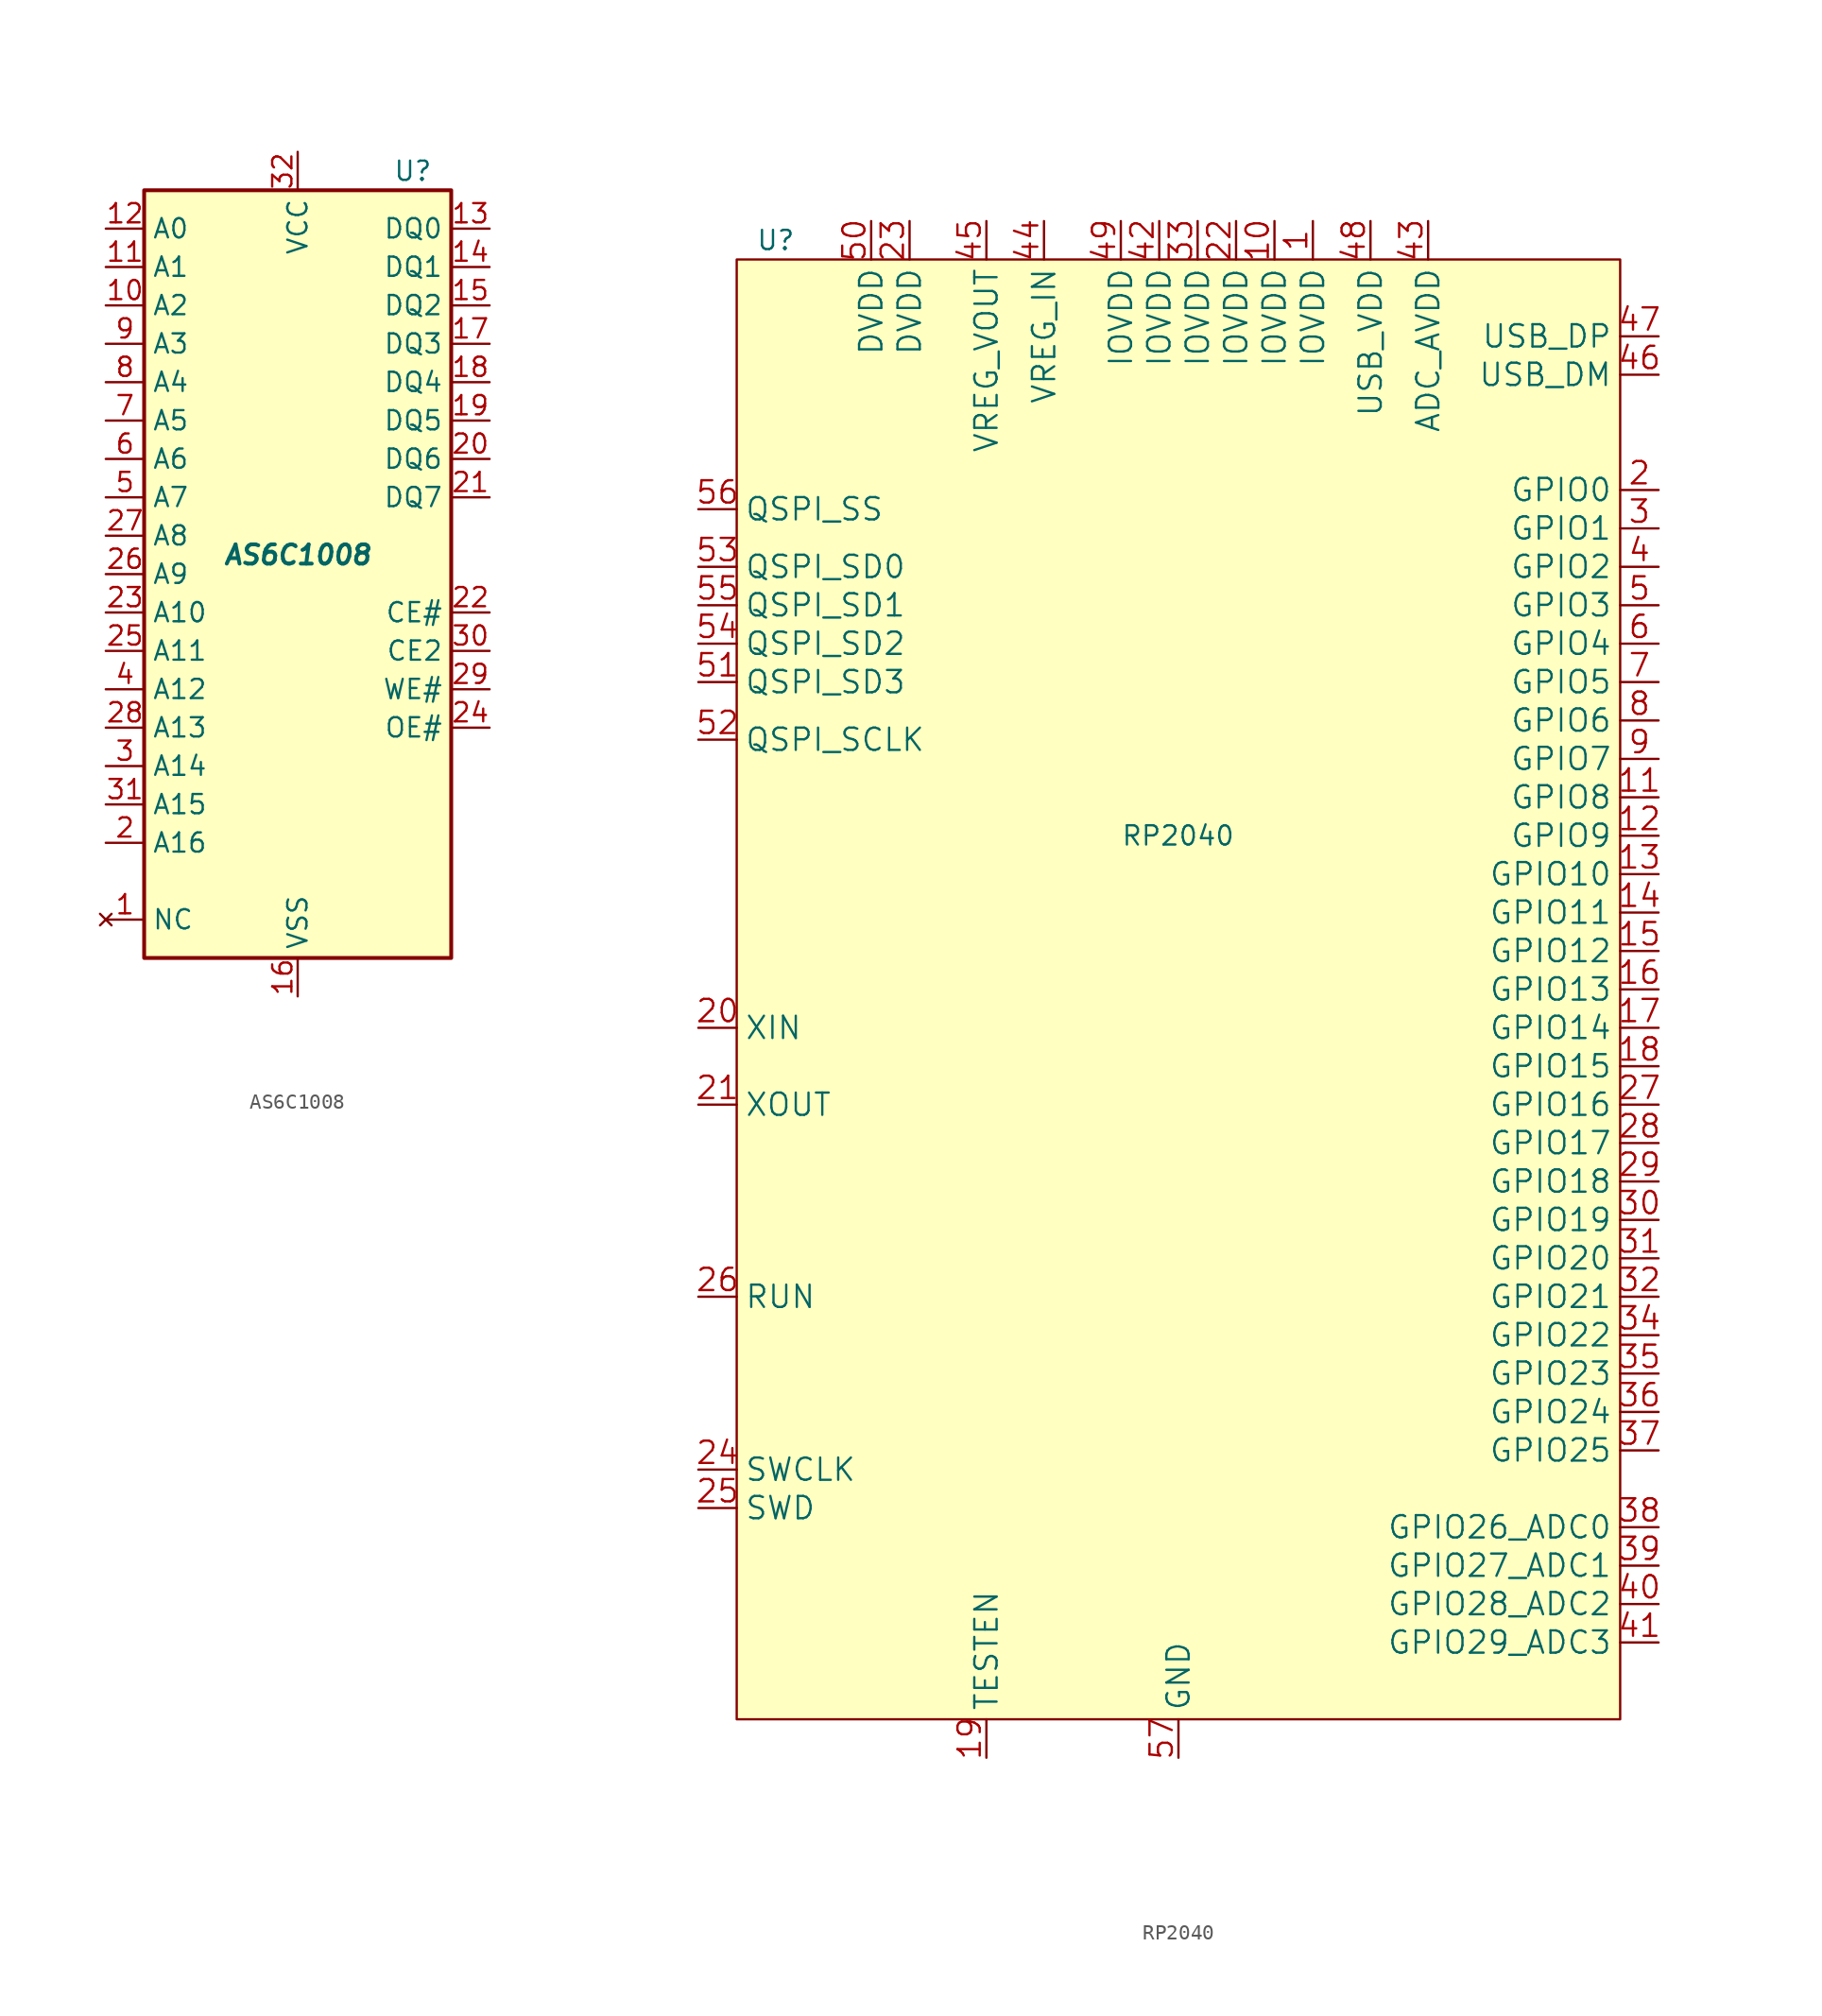
<source format=kicad_sym>
(kicad_symbol_lib
  (version 20231120)
  (generator "kicad_symbol_editor")
  (generator_version "8.0")
  (symbol "AS6C1008"
    (property "Reference" "U"
      (at 7.62 26.67 0)
      (effects (font (size 1.27 1.27))))
    (property "Value" "AS6C1008"
      (at 0 1.27 0)
      (effects (font (size 1.27 1.27) (bold yes) (italic yes))))
    (symbol "AS6C1008_0_0"
      (pin power_in line (at 0 -27.94 90) (length 2.54) (name "VSS" (effects (font (size 1.27 1.27)))) (number "16" (effects (font (size 1.27 1.27)))))
      (pin power_in line (at 0 27.94 270) (length 2.54) (name "VCC" (effects (font (size 1.27 1.27)))) (number "32" (effects (font (size 1.27 1.27))))))
    (symbol "AS6C1008_0_1"
      (rectangle (start -10.16 25.4) (end 10.16 -25.4) (stroke (width 0.254) (type default)) (fill (type background))))
    (symbol "AS6C1008_1_1"
      (pin no_connect line (at -12.7 -22.86 0) (length 2.54) (name "NC" (effects (font (size 1.27 1.27)))) (number "1" (effects (font (size 1.27 1.27)))))
      (pin input line (at -12.7 17.78 0) (length 2.54) (name "A2" (effects (font (size 1.27 1.27)))) (number "10" (effects (font (size 1.27 1.27)))))
      (pin input line (at -12.7 20.32 0) (length 2.54) (name "A1" (effects (font (size 1.27 1.27)))) (number "11" (effects (font (size 1.27 1.27)))))
      (pin input line (at -12.7 22.86 0) (length 2.54) (name "A0" (effects (font (size 1.27 1.27)))) (number "12" (effects (font (size 1.27 1.27)))))
      (pin tri_state line (at 12.7 22.86 180) (length 2.54) (name "DQ0" (effects (font (size 1.27 1.27)))) (number "13" (effects (font (size 1.27 1.27)))))
      (pin tri_state line (at 12.7 20.32 180) (length 2.54) (name "DQ1" (effects (font (size 1.27 1.27)))) (number "14" (effects (font (size 1.27 1.27)))))
      (pin tri_state line (at 12.7 17.78 180) (length 2.54) (name "DQ2" (effects (font (size 1.27 1.27)))) (number "15" (effects (font (size 1.27 1.27)))))
      (pin tri_state line (at 12.7 15.24 180) (length 2.54) (name "DQ3" (effects (font (size 1.27 1.27)))) (number "17" (effects (font (size 1.27 1.27)))))
      (pin tri_state line (at 12.7 12.7 180) (length 2.54) (name "DQ4" (effects (font (size 1.27 1.27)))) (number "18" (effects (font (size 1.27 1.27)))))
      (pin tri_state line (at 12.7 10.16 180) (length 2.54) (name "DQ5" (effects (font (size 1.27 1.27)))) (number "19" (effects (font (size 1.27 1.27)))))
      (pin input line (at -12.7 -17.78 0) (length 2.54) (name "A16" (effects (font (size 1.27 1.27)))) (number "2" (effects (font (size 1.27 1.27)))))
      (pin tri_state line (at 12.7 7.62 180) (length 2.54) (name "DQ6" (effects (font (size 1.27 1.27)))) (number "20" (effects (font (size 1.27 1.27)))))
      (pin tri_state line (at 12.7 5.08 180) (length 2.54) (name "DQ7" (effects (font (size 1.27 1.27)))) (number "21" (effects (font (size 1.27 1.27)))))
      (pin input line (at 12.7 -2.54 180) (length 2.54) (name "CE#" (effects (font (size 1.27 1.27)))) (number "22" (effects (font (size 1.27 1.27)))))
      (pin input line (at -12.7 -2.54 0) (length 2.54) (name "A10" (effects (font (size 1.27 1.27)))) (number "23" (effects (font (size 1.27 1.27)))))
      (pin input line (at 12.7 -10.16 180) (length 2.54) (name "OE#" (effects (font (size 1.27 1.27)))) (number "24" (effects (font (size 1.27 1.27)))))
      (pin input line (at -12.7 -5.08 0) (length 2.54) (name "A11" (effects (font (size 1.27 1.27)))) (number "25" (effects (font (size 1.27 1.27)))))
      (pin input line (at -12.7 0 0) (length 2.54) (name "A9" (effects (font (size 1.27 1.27)))) (number "26" (effects (font (size 1.27 1.27)))))
      (pin input line (at -12.7 2.54 0) (length 2.54) (name "A8" (effects (font (size 1.27 1.27)))) (number "27" (effects (font (size 1.27 1.27)))))
      (pin input line (at -12.7 -10.16 0) (length 2.54) (name "A13" (effects (font (size 1.27 1.27)))) (number "28" (effects (font (size 1.27 1.27)))))
      (pin input line (at 12.7 -7.62 180) (length 2.54) (name "WE#" (effects (font (size 1.27 1.27)))) (number "29" (effects (font (size 1.27 1.27)))))
      (pin input line (at -12.7 -12.7 0) (length 2.54) (name "A14" (effects (font (size 1.27 1.27)))) (number "3" (effects (font (size 1.27 1.27)))))
      (pin input line (at 12.7 -5.08 180) (length 2.54) (name "CE2" (effects (font (size 1.27 1.27)))) (number "30" (effects (font (size 1.27 1.27)))))
      (pin input line (at -12.7 -15.24 0) (length 2.54) (name "A15" (effects (font (size 1.27 1.27)))) (number "31" (effects (font (size 1.27 1.27)))))
      (pin input line (at -12.7 -7.62 0) (length 2.54) (name "A12" (effects (font (size 1.27 1.27)))) (number "4" (effects (font (size 1.27 1.27)))))
      (pin input line (at -12.7 5.08 0) (length 2.54) (name "A7" (effects (font (size 1.27 1.27)))) (number "5" (effects (font (size 1.27 1.27)))))
      (pin input line (at -12.7 7.62 0) (length 2.54) (name "A6" (effects (font (size 1.27 1.27)))) (number "6" (effects (font (size 1.27 1.27)))))
      (pin input line (at -12.7 10.16 0) (length 2.54) (name "A5" (effects (font (size 1.27 1.27)))) (number "7" (effects (font (size 1.27 1.27)))))
      (pin input line (at -12.7 12.7 0) (length 2.54) (name "A4" (effects (font (size 1.27 1.27)))) (number "8" (effects (font (size 1.27 1.27)))))
      (pin input line (at -12.7 15.24 0) (length 2.54) (name "A3" (effects (font (size 1.27 1.27)))) (number "9" (effects (font (size 1.27 1.27)))))))
  (symbol "RP2040"
    (property "Reference" "U"
      (at -27.94 39.37 0)
      (effects (font (size 1.27 1.27)) (justify left)))
    (property "Value" "RP2040"
      (at -3.81 0 0)
      (effects (font (size 1.27 1.27)) (justify left)))
    (symbol "RP2040_0_0"
      (rectangle (start -29.21 38.1) (end 29.21 -58.42) (stroke (width 0) (type default)) (fill (type background)))
      (pin power_in line (at 8.89 40.64 270) (length 2.54) (name "IOVDD" (effects (font (size 1.473 1.473)))) (number "1" (effects (font (size 1.473 1.473)))))
      (pin power_in line (at 6.35 40.64 270) (length 2.54) (name "IOVDD" (effects (font (size 1.473 1.473)))) (number "10" (effects (font (size 1.473 1.473)))))
      (pin bidirectional line (at 31.75 2.54 180) (length 2.54) (name "GPIO8" (effects (font (size 1.473 1.473)))) (number "11" (effects (font (size 1.473 1.473)))))
      (pin bidirectional line (at 31.75 0 180) (length 2.54) (name "GPIO9" (effects (font (size 1.473 1.473)))) (number "12" (effects (font (size 1.473 1.473)))))
      (pin bidirectional line (at 31.75 -2.54 180) (length 2.54) (name "GPIO10" (effects (font (size 1.473 1.473)))) (number "13" (effects (font (size 1.473 1.473)))))
      (pin bidirectional line (at 31.75 -5.08 180) (length 2.54) (name "GPIO11" (effects (font (size 1.473 1.473)))) (number "14" (effects (font (size 1.473 1.473)))))
      (pin bidirectional line (at 31.75 -7.62 180) (length 2.54) (name "GPIO12" (effects (font (size 1.473 1.473)))) (number "15" (effects (font (size 1.473 1.473)))))
      (pin bidirectional line (at 31.75 -10.16 180) (length 2.54) (name "GPIO13" (effects (font (size 1.473 1.473)))) (number "16" (effects (font (size 1.473 1.473)))))
      (pin bidirectional line (at 31.75 -12.7 180) (length 2.54) (name "GPIO14" (effects (font (size 1.473 1.473)))) (number "17" (effects (font (size 1.473 1.473)))))
      (pin bidirectional line (at 31.75 -15.24 180) (length 2.54) (name "GPIO15" (effects (font (size 1.473 1.473)))) (number "18" (effects (font (size 1.473 1.473)))))
      (pin input line (at -12.7 -60.96 90) (length 2.54) (name "TESTEN" (effects (font (size 1.473 1.473)))) (number "19" (effects (font (size 1.473 1.473)))))
      (pin bidirectional line (at 31.75 22.86 180) (length 2.54) (name "GPIO0" (effects (font (size 1.473 1.473)))) (number "2" (effects (font (size 1.473 1.473)))))
      (pin input line (at -31.75 -12.7 0) (length 2.54) (name "XIN" (effects (font (size 1.473 1.473)))) (number "20" (effects (font (size 1.473 1.473)))))
      (pin output line (at -31.75 -17.78 0) (length 2.54) (name "XOUT" (effects (font (size 1.473 1.473)))) (number "21" (effects (font (size 1.473 1.473)))))
      (pin power_in line (at 3.81 40.64 270) (length 2.54) (name "IOVDD" (effects (font (size 1.473 1.473)))) (number "22" (effects (font (size 1.473 1.473)))))
      (pin power_in line (at -17.78 40.64 270) (length 2.54) (name "DVDD" (effects (font (size 1.473 1.473)))) (number "23" (effects (font (size 1.473 1.473)))))
      (pin output line (at -31.75 -41.91 0) (length 2.54) (name "SWCLK" (effects (font (size 1.473 1.473)))) (number "24" (effects (font (size 1.473 1.473)))))
      (pin bidirectional line (at -31.75 -44.45 0) (length 2.54) (name "SWD" (effects (font (size 1.473 1.473)))) (number "25" (effects (font (size 1.473 1.473)))))
      (pin input line (at -31.75 -30.48 0) (length 2.54) (name "RUN" (effects (font (size 1.473 1.473)))) (number "26" (effects (font (size 1.473 1.473)))))
      (pin bidirectional line (at 31.75 -17.78 180) (length 2.54) (name "GPIO16" (effects (font (size 1.473 1.473)))) (number "27" (effects (font (size 1.473 1.473)))))
      (pin bidirectional line (at 31.75 -20.32 180) (length 2.54) (name "GPIO17" (effects (font (size 1.473 1.473)))) (number "28" (effects (font (size 1.473 1.473)))))
      (pin bidirectional line (at 31.75 -22.86 180) (length 2.54) (name "GPIO18" (effects (font (size 1.473 1.473)))) (number "29" (effects (font (size 1.473 1.473)))))
      (pin bidirectional line (at 31.75 20.32 180) (length 2.54) (name "GPIO1" (effects (font (size 1.473 1.473)))) (number "3" (effects (font (size 1.473 1.473)))))
      (pin bidirectional line (at 31.75 -25.4 180) (length 2.54) (name "GPIO19" (effects (font (size 1.473 1.473)))) (number "30" (effects (font (size 1.473 1.473)))))
      (pin bidirectional line (at 31.75 -27.94 180) (length 2.54) (name "GPIO20" (effects (font (size 1.473 1.473)))) (number "31" (effects (font (size 1.473 1.473)))))
      (pin bidirectional line (at 31.75 -30.48 180) (length 2.54) (name "GPIO21" (effects (font (size 1.473 1.473)))) (number "32" (effects (font (size 1.473 1.473)))))
      (pin power_in line (at 1.27 40.64 270) (length 2.54) (name "IOVDD" (effects (font (size 1.473 1.473)))) (number "33" (effects (font (size 1.473 1.473)))))
      (pin bidirectional line (at 31.75 -33.02 180) (length 2.54) (name "GPIO22" (effects (font (size 1.473 1.473)))) (number "34" (effects (font (size 1.473 1.473)))))
      (pin bidirectional line (at 31.75 -35.56 180) (length 2.54) (name "GPIO23" (effects (font (size 1.473 1.473)))) (number "35" (effects (font (size 1.473 1.473)))))
      (pin bidirectional line (at 31.75 -38.1 180) (length 2.54) (name "GPIO24" (effects (font (size 1.473 1.473)))) (number "36" (effects (font (size 1.473 1.473)))))
      (pin bidirectional line (at 31.75 -40.64 180) (length 2.54) (name "GPIO25" (effects (font (size 1.473 1.473)))) (number "37" (effects (font (size 1.473 1.473)))))
      (pin bidirectional line (at 31.75 -45.72 180) (length 2.54) (name "GPIO26_ADC0" (effects (font (size 1.473 1.473)))) (number "38" (effects (font (size 1.473 1.473)))))
      (pin bidirectional line (at 31.75 -48.26 180) (length 2.54) (name "GPIO27_ADC1" (effects (font (size 1.473 1.473)))) (number "39" (effects (font (size 1.473 1.473)))))
      (pin bidirectional line (at 31.75 17.78 180) (length 2.54) (name "GPIO2" (effects (font (size 1.473 1.473)))) (number "4" (effects (font (size 1.473 1.473)))))
      (pin bidirectional line (at 31.75 -50.8 180) (length 2.54) (name "GPIO28_ADC2" (effects (font (size 1.473 1.473)))) (number "40" (effects (font (size 1.473 1.473)))))
      (pin bidirectional line (at 31.75 -53.34 180) (length 2.54) (name "GPIO29_ADC3" (effects (font (size 1.473 1.473)))) (number "41" (effects (font (size 1.473 1.473)))))
      (pin power_in line (at -1.27 40.64 270) (length 2.54) (name "IOVDD" (effects (font (size 1.473 1.473)))) (number "42" (effects (font (size 1.473 1.473)))))
      (pin power_in line (at 16.51 40.64 270) (length 2.54) (name "ADC_AVDD" (effects (font (size 1.473 1.473)))) (number "43" (effects (font (size 1.473 1.473)))))
      (pin power_in line (at -8.89 40.64 270) (length 2.54) (name "VREG_IN" (effects (font (size 1.473 1.473)))) (number "44" (effects (font (size 1.473 1.473)))))
      (pin power_out line (at -12.7 40.64 270) (length 2.54) (name "VREG_VOUT" (effects (font (size 1.473 1.473)))) (number "45" (effects (font (size 1.473 1.473)))))
      (pin bidirectional line (at 31.75 30.48 180) (length 2.54) (name "USB_DM" (effects (font (size 1.473 1.473)))) (number "46" (effects (font (size 1.473 1.473)))))
      (pin bidirectional line (at 31.75 33.02 180) (length 2.54) (name "USB_DP" (effects (font (size 1.473 1.473)))) (number "47" (effects (font (size 1.473 1.473)))))
      (pin power_in line (at 12.7 40.64 270) (length 2.54) (name "USB_VDD" (effects (font (size 1.473 1.473)))) (number "48" (effects (font (size 1.473 1.473)))))
      (pin power_in line (at -3.81 40.64 270) (length 2.54) (name "IOVDD" (effects (font (size 1.473 1.473)))) (number "49" (effects (font (size 1.473 1.473)))))
      (pin bidirectional line (at 31.75 15.24 180) (length 2.54) (name "GPIO3" (effects (font (size 1.473 1.473)))) (number "5" (effects (font (size 1.473 1.473)))))
      (pin power_in line (at -20.32 40.64 270) (length 2.54) (name "DVDD" (effects (font (size 1.473 1.473)))) (number "50" (effects (font (size 1.473 1.473)))))
      (pin bidirectional line (at -31.75 10.16 0) (length 2.54) (name "QSPI_SD3" (effects (font (size 1.473 1.473)))) (number "51" (effects (font (size 1.473 1.473)))))
      (pin output line (at -31.75 6.35 0) (length 2.54) (name "QSPI_SCLK" (effects (font (size 1.473 1.473)))) (number "52" (effects (font (size 1.473 1.473)))))
      (pin bidirectional line (at -31.75 17.78 0) (length 2.54) (name "QSPI_SD0" (effects (font (size 1.473 1.473)))) (number "53" (effects (font (size 1.473 1.473)))))
      (pin bidirectional line (at -31.75 12.7 0) (length 2.54) (name "QSPI_SD2" (effects (font (size 1.473 1.473)))) (number "54" (effects (font (size 1.473 1.473)))))
      (pin bidirectional line (at -31.75 15.24 0) (length 2.54) (name "QSPI_SD1" (effects (font (size 1.473 1.473)))) (number "55" (effects (font (size 1.473 1.473)))))
      (pin bidirectional line (at -31.75 21.59 0) (length 2.54) (name "QSPI_SS" (effects (font (size 1.473 1.473)))) (number "56" (effects (font (size 1.473 1.473)))))
      (pin power_in line (at 0 -60.96 90) (length 2.54) (name "GND" (effects (font (size 1.473 1.473)))) (number "57" (effects (font (size 1.473 1.473)))))
      (pin bidirectional line (at 31.75 12.7 180) (length 2.54) (name "GPIO4" (effects (font (size 1.473 1.473)))) (number "6" (effects (font (size 1.473 1.473)))))
      (pin bidirectional line (at 31.75 10.16 180) (length 2.54) (name "GPIO5" (effects (font (size 1.473 1.473)))) (number "7" (effects (font (size 1.473 1.473)))))
      (pin bidirectional line (at 31.75 7.62 180) (length 2.54) (name "GPIO6" (effects (font (size 1.473 1.473)))) (number "8" (effects (font (size 1.473 1.473)))))
      (pin bidirectional line (at 31.75 5.08 180) (length 2.54) (name "GPIO7" (effects (font (size 1.473 1.473)))) (number "9" (effects (font (size 1.473 1.473))))))))
</source>
